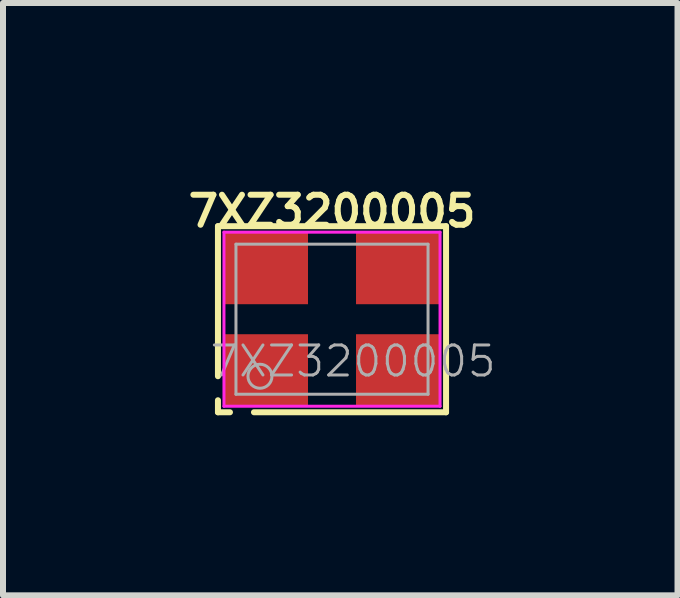
<source format=kicad_pcb>
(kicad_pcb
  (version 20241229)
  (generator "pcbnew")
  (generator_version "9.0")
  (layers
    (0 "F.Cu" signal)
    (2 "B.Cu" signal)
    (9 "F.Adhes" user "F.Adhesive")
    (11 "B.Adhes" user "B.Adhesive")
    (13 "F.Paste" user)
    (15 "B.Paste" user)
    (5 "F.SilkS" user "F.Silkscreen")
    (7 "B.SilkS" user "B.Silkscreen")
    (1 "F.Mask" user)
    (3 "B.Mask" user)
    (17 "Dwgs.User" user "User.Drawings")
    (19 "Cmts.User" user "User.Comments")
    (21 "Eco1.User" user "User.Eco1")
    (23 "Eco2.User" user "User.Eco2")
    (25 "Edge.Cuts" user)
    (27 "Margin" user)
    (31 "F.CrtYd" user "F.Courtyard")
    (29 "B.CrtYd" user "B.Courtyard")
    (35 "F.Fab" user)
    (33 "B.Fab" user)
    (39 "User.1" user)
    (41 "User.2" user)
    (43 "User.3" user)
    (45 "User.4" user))
  (footprint "7XZ3200005"
    (layer "F.Cu")
    (at 2.481 2.268)
    (property "Reference" "7XZ3200005" (at 0 -1.8 0) (layer "F.SilkS") (effects (font (size 0.5 0.5) (thickness 0.1))))
    (attr smd)
    (fp_line (start -1.9 -1.55) (end 1.9 -1.55) (stroke (width 0.1) (type solid)) (layer "F.SilkS"))
    (fp_line (start -1.9 0.95) (end -1.9 -1.55) (stroke (width 0.1) (type solid)) (layer "F.SilkS"))
    (fp_line (start -1.9 1.35) (end -1.9 1.55) (stroke (width 0.1) (type solid)) (layer "F.SilkS"))
    (fp_line (start -1.9 1.55) (end -1.7 1.55) (stroke (width 0.1) (type solid)) (layer "F.SilkS"))
    (fp_line (start 1.9 -1.55) (end 1.9 1.55) (stroke (width 0.1) (type solid)) (layer "F.SilkS"))
    (fp_line (start 1.9 1.55) (end -1.3 1.55) (stroke (width 0.1) (type solid)) (layer "F.SilkS"))
    (fp_line (start -1.8 -1.45) (end 1.8 -1.45) (stroke (width 0.05) (type solid)) (layer "F.CrtYd"))
    (fp_line (start -1.8 1.45) (end -1.8 -1.45) (stroke (width 0.05) (type solid)) (layer "F.CrtYd"))
    (fp_line (start 1.8 -1.45) (end 1.8 1.45) (stroke (width 0.05) (type solid)) (layer "F.CrtYd"))
    (fp_line (start 1.8 1.45) (end -1.8 1.45) (stroke (width 0.05) (type solid)) (layer "F.CrtYd"))
    (fp_line (start -1.6 -1.25) (end 1.6 -1.25) (stroke (width 0.05) (type solid)) (layer "F.Fab"))
    (fp_line (start -1.6 1.25) (end -1.6 -1.25) (stroke (width 0.05) (type solid)) (layer "F.Fab"))
    (fp_line (start 1.6 -1.25) (end 1.6 1.25) (stroke (width 0.05) (type solid)) (layer "F.Fab"))
    (fp_line (start 1.6 1.25) (end -1.6 1.25) (stroke (width 0.05) (type solid)) (layer "F.Fab"))
    (fp_circle (center -1.2 0.95) (end -1 0.95) (stroke (width 0.05) (type solid)) (fill no) (layer "F.Fab"))
    (fp_text user "${REFERENCE}" (at 0.35 0.7 0) (layer "F.Fab") (effects (font (size 0.5 0.5) (thickness 0.05))))
    (pad "1" smd rect (at -1.1 0.85) (size 1.4 1.2) (layers "F.Cu" "F.Mask" "F.Paste"))
    (pad "2" smd rect (at 1.1 0.85) (size 1.4 1.2) (layers "F.Cu" "F.Mask" "F.Paste"))
    (pad "3" smd rect (at 1.1 -0.85) (size 1.4 1.2) (layers "F.Cu" "F.Mask" "F.Paste"))
    (pad "4" smd rect (at -1.1 -0.85) (size 1.4 1.2) (layers "F.Cu" "F.Mask" "F.Paste")))
  (gr_rect
    (start -3 -3)
    (end 8.237 6.868)
    (stroke (width 0.1) (type default))
    (fill no)
    (layer "Edge.Cuts")))
</source>
